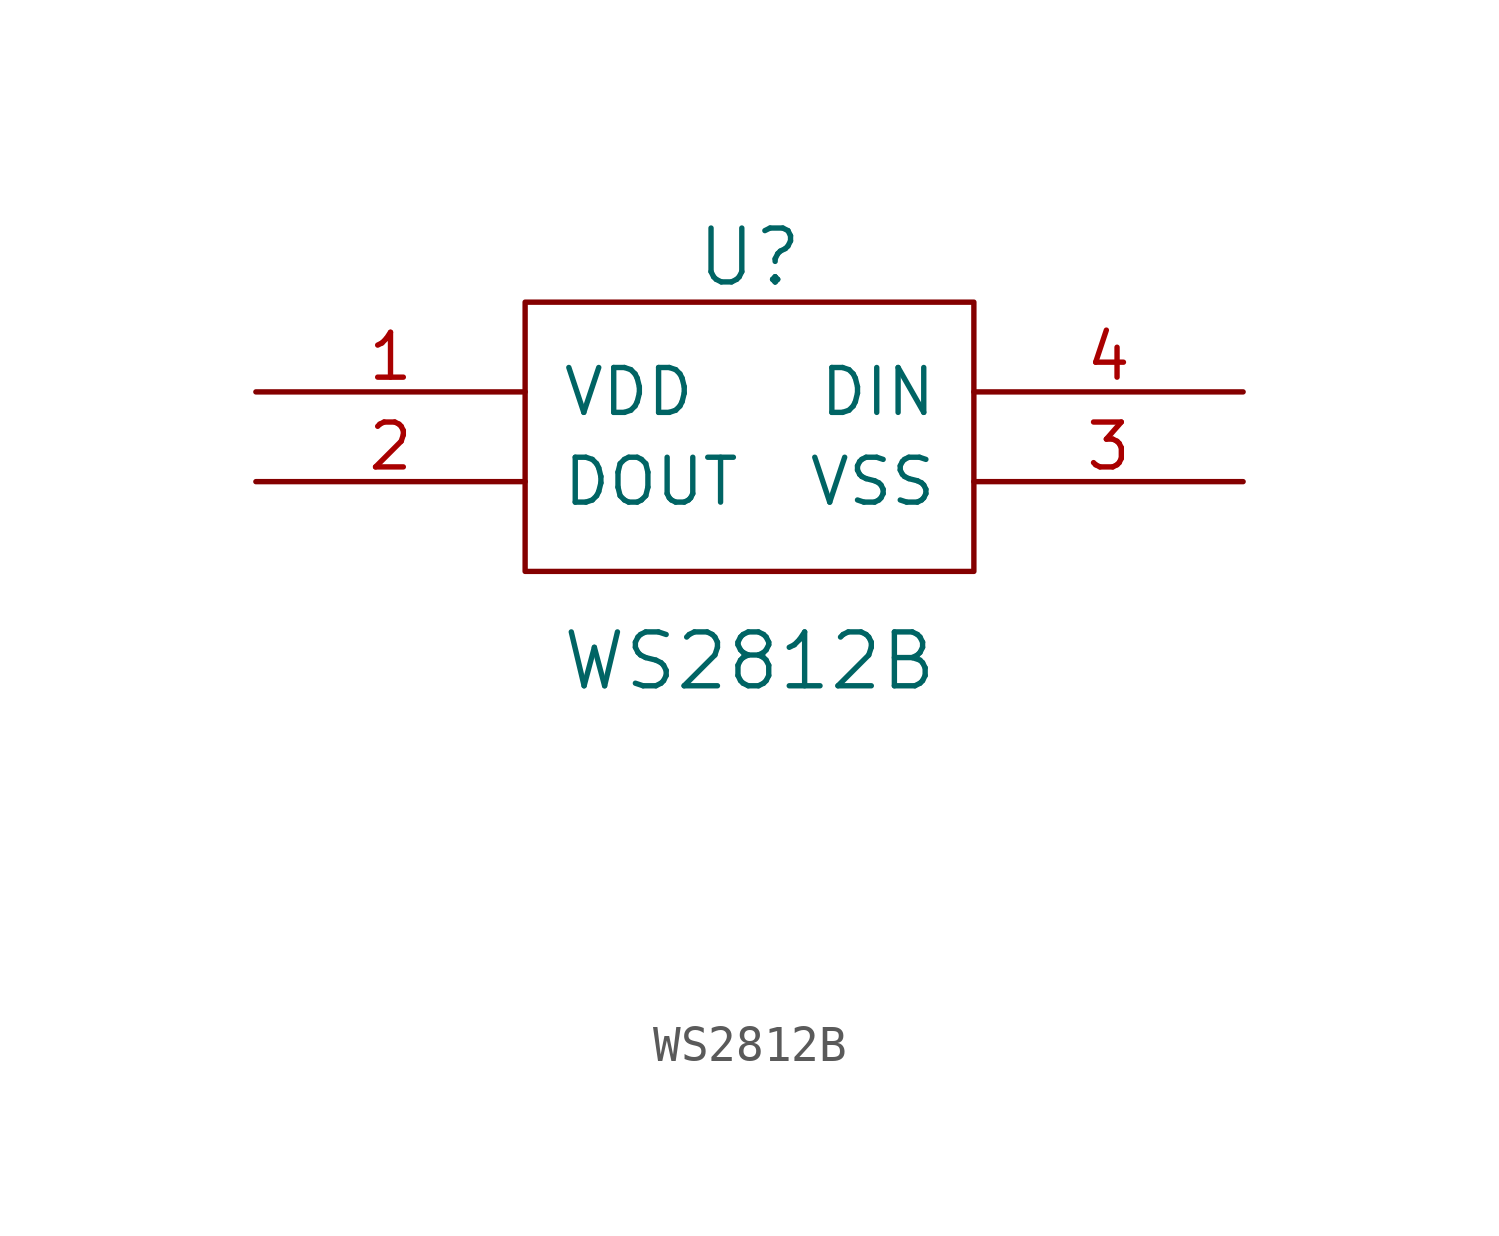
<source format=kicad_sym>
(kicad_symbol_lib
  (version 20220914)
  (generator kicad_symbol_editor)
  (symbol "WS2812B"
    (pin_names
      (offset 1.016))
    (property "Reference" "U"
      (at 0 5.08 0)
      (effects (font (size 1.524 1.524))))
    (property "Value" "WS2812B"
      (at 0 -6.35 0)
      (effects (font (size 1.524 1.524))))
    (property "Footprint" ""
      (at 7.62 -13.97 0)
      (effects (font (size 1.524 1.524))))
    (property "Datasheet" ""
      (at 7.62 -13.97 0)
      (effects (font (size 1.524 1.524))))
    (symbol "WS2812B_0_1"
      (rectangle (start -6.35 3.81) (end 6.35 -3.81) (stroke (width 0) (type solid)) (fill (type none))))
    (symbol "WS2812B_1_1"
      (pin power_in line (at -13.97 1.27 0) (length 7.62) (name "VDD" (effects (font (size 1.27 1.27)))) (number "1" (effects (font (size 1.27 1.27)))))
      (pin output line (at -13.97 -1.27 0) (length 7.62) (name "DOUT" (effects (font (size 1.27 1.27)))) (number "2" (effects (font (size 1.27 1.27)))))
      (pin power_in line (at 13.97 -1.27 180) (length 7.62) (name "VSS" (effects (font (size 1.27 1.27)))) (number "3" (effects (font (size 1.27 1.27)))))
      (pin input line (at 13.97 1.27 180) (length 7.62) (name "DIN" (effects (font (size 1.27 1.27)))) (number "4" (effects (font (size 1.27 1.27))))))))
</source>
